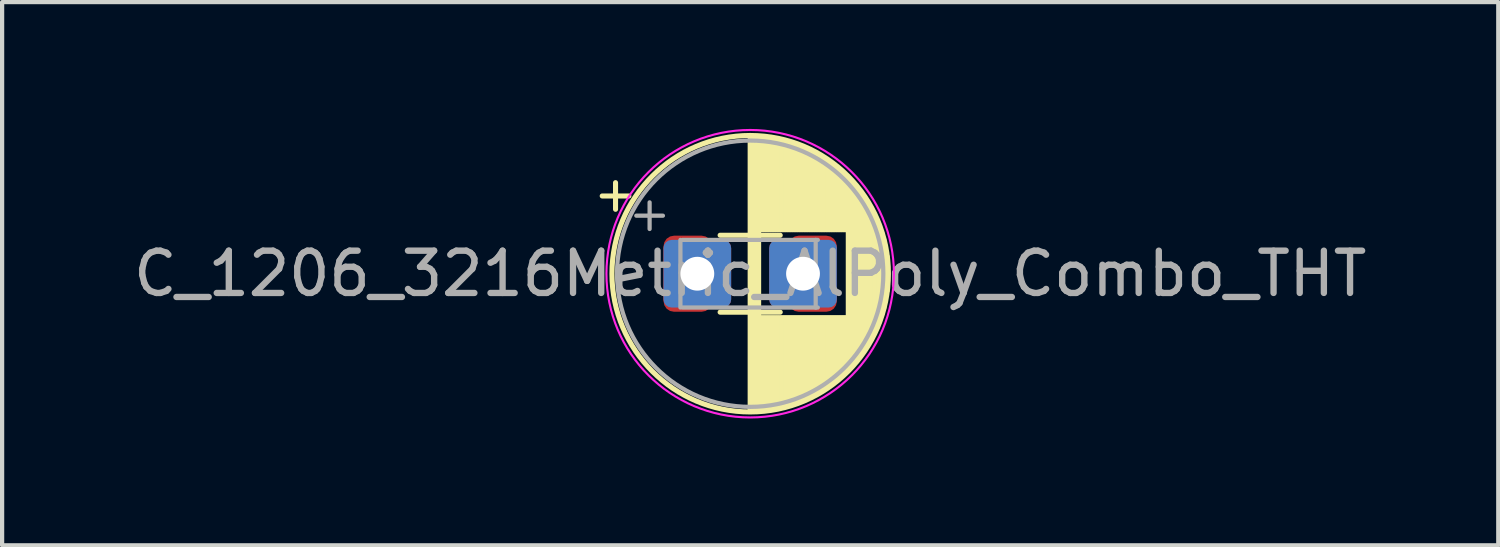
<source format=kicad_pcb>
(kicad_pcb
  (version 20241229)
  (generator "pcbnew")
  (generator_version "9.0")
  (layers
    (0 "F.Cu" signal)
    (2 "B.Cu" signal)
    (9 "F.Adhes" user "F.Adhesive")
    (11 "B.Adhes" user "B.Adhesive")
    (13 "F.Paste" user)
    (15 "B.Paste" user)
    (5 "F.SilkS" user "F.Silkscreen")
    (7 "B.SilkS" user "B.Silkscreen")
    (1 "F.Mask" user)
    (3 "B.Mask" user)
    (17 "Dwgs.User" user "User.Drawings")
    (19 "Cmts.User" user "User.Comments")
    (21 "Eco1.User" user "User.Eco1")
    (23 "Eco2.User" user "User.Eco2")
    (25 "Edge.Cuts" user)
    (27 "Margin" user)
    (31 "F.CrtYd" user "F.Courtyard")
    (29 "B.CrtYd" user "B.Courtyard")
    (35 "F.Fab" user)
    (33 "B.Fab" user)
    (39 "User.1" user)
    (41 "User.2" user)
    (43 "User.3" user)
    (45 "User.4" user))
  (footprint "C_1206_3216Metric_AlPoly_Combo_THT"
    (layer "F.Cu")
    (at 14.696 3.425)
    (property "Reference" "C_1206_3216Metric_AlPoly_Combo_THT" (at 0 0 0) (layer "F.Fab") (effects (font (size 1 1) (thickness 0.15))))
    (attr smd)
    (fp_line (start -3.5 -1.839) (end -2.87 -1.839) (stroke (width 0.12) (type solid)) (layer "F.SilkS"))
    (fp_line (start -3.185 -2.154) (end -3.185 -1.524) (stroke (width 0.12) (type solid)) (layer "F.SilkS"))
    (fp_line (start -0.711 -0.91) (end 0.711 -0.91) (stroke (width 0.12) (type solid)) (layer "F.SilkS"))
    (fp_line (start -0.711 0.91) (end 0.711 0.91) (stroke (width 0.12) (type solid)) (layer "F.SilkS"))
    (fp_line (start 0 -3.23) (end 0 3.23) (stroke (width 0.12) (type solid)) (layer "F.SilkS"))
    (fp_line (start 0.04 -3.23) (end 0.04 3.23) (stroke (width 0.12) (type solid)) (layer "F.SilkS"))
    (fp_line (start 0.08 -3.23) (end 0.08 3.23) (stroke (width 0.12) (type solid)) (layer "F.SilkS"))
    (fp_line (start 0.12 -3.228) (end 0.12 3.228) (stroke (width 0.12) (type solid)) (layer "F.SilkS"))
    (fp_line (start 0.16 -3.227) (end 0.16 3.227) (stroke (width 0.12) (type solid)) (layer "F.SilkS"))
    (fp_line (start 0.2 -3.224) (end 0.2 3.224) (stroke (width 0.12) (type solid)) (layer "F.SilkS"))
    (fp_line (start 0.24 -3.222) (end 0.24 -1.04) (stroke (width 0.12) (type solid)) (layer "F.SilkS"))
    (fp_line (start 0.24 1.04) (end 0.24 3.222) (stroke (width 0.12) (type solid)) (layer "F.SilkS"))
    (fp_line (start 0.28 -3.218) (end 0.28 -1.04) (stroke (width 0.12) (type solid)) (layer "F.SilkS"))
    (fp_line (start 0.28 1.04) (end 0.28 3.218) (stroke (width 0.12) (type solid)) (layer "F.SilkS"))
    (fp_line (start 0.32 -3.215) (end 0.32 -1.04) (stroke (width 0.12) (type solid)) (layer "F.SilkS"))
    (fp_line (start 0.32 1.04) (end 0.32 3.215) (stroke (width 0.12) (type solid)) (layer "F.SilkS"))
    (fp_line (start 0.36 -3.211) (end 0.36 -1.04) (stroke (width 0.12) (type solid)) (layer "F.SilkS"))
    (fp_line (start 0.36 1.04) (end 0.36 3.211) (stroke (width 0.12) (type solid)) (layer "F.SilkS"))
    (fp_line (start 0.4 -3.206) (end 0.4 -1.04) (stroke (width 0.12) (type solid)) (layer "F.SilkS"))
    (fp_line (start 0.4 1.04) (end 0.4 3.206) (stroke (width 0.12) (type solid)) (layer "F.SilkS"))
    (fp_line (start 0.44 -3.201) (end 0.44 -1.04) (stroke (width 0.12) (type solid)) (layer "F.SilkS"))
    (fp_line (start 0.44 1.04) (end 0.44 3.201) (stroke (width 0.12) (type solid)) (layer "F.SilkS"))
    (fp_line (start 0.48 -3.195) (end 0.48 -1.04) (stroke (width 0.12) (type solid)) (layer "F.SilkS"))
    (fp_line (start 0.48 1.04) (end 0.48 3.195) (stroke (width 0.12) (type solid)) (layer "F.SilkS"))
    (fp_line (start 0.52 -3.189) (end 0.52 -1.04) (stroke (width 0.12) (type solid)) (layer "F.SilkS"))
    (fp_line (start 0.52 1.04) (end 0.52 3.189) (stroke (width 0.12) (type solid)) (layer "F.SilkS"))
    (fp_line (start 0.56 -3.182) (end 0.56 -1.04) (stroke (width 0.12) (type solid)) (layer "F.SilkS"))
    (fp_line (start 0.56 1.04) (end 0.56 3.182) (stroke (width 0.12) (type solid)) (layer "F.SilkS"))
    (fp_line (start 0.6 -3.175) (end 0.6 -1.04) (stroke (width 0.12) (type solid)) (layer "F.SilkS"))
    (fp_line (start 0.6 1.04) (end 0.6 3.175) (stroke (width 0.12) (type solid)) (layer "F.SilkS"))
    (fp_line (start 0.64 -3.167) (end 0.64 -1.04) (stroke (width 0.12) (type solid)) (layer "F.SilkS"))
    (fp_line (start 0.64 1.04) (end 0.64 3.167) (stroke (width 0.12) (type solid)) (layer "F.SilkS"))
    (fp_line (start 0.68 -3.159) (end 0.68 -1.04) (stroke (width 0.12) (type solid)) (layer "F.SilkS"))
    (fp_line (start 0.68 1.04) (end 0.68 3.159) (stroke (width 0.12) (type solid)) (layer "F.SilkS"))
    (fp_line (start 0.721 -3.15) (end 0.721 -1.04) (stroke (width 0.12) (type solid)) (layer "F.SilkS"))
    (fp_line (start 0.721 1.04) (end 0.721 3.15) (stroke (width 0.12) (type solid)) (layer "F.SilkS"))
    (fp_line (start 0.761 -3.141) (end 0.761 -1.04) (stroke (width 0.12) (type solid)) (layer "F.SilkS"))
    (fp_line (start 0.761 1.04) (end 0.761 3.141) (stroke (width 0.12) (type solid)) (layer "F.SilkS"))
    (fp_line (start 0.801 -3.131) (end 0.801 -1.04) (stroke (width 0.12) (type solid)) (layer "F.SilkS"))
    (fp_line (start 0.801 1.04) (end 0.801 3.131) (stroke (width 0.12) (type solid)) (layer "F.SilkS"))
    (fp_line (start 0.841 -3.121) (end 0.841 -1.04) (stroke (width 0.12) (type solid)) (layer "F.SilkS"))
    (fp_line (start 0.841 1.04) (end 0.841 3.121) (stroke (width 0.12) (type solid)) (layer "F.SilkS"))
    (fp_line (start 0.881 -3.11) (end 0.881 -1.04) (stroke (width 0.12) (type solid)) (layer "F.SilkS"))
    (fp_line (start 0.881 1.04) (end 0.881 3.11) (stroke (width 0.12) (type solid)) (layer "F.SilkS"))
    (fp_line (start 0.921 -3.098) (end 0.921 -1.04) (stroke (width 0.12) (type solid)) (layer "F.SilkS"))
    (fp_line (start 0.921 1.04) (end 0.921 3.098) (stroke (width 0.12) (type solid)) (layer "F.SilkS"))
    (fp_line (start 0.961 -3.086) (end 0.961 -1.04) (stroke (width 0.12) (type solid)) (layer "F.SilkS"))
    (fp_line (start 0.961 1.04) (end 0.961 3.086) (stroke (width 0.12) (type solid)) (layer "F.SilkS"))
    (fp_line (start 1.001 -3.074) (end 1.001 -1.04) (stroke (width 0.12) (type solid)) (layer "F.SilkS"))
    (fp_line (start 1.001 1.04) (end 1.001 3.074) (stroke (width 0.12) (type solid)) (layer "F.SilkS"))
    (fp_line (start 1.041 -3.061) (end 1.041 -1.04) (stroke (width 0.12) (type solid)) (layer "F.SilkS"))
    (fp_line (start 1.041 1.04) (end 1.041 3.061) (stroke (width 0.12) (type solid)) (layer "F.SilkS"))
    (fp_line (start 1.081 -3.047) (end 1.081 -1.04) (stroke (width 0.12) (type solid)) (layer "F.SilkS"))
    (fp_line (start 1.081 1.04) (end 1.081 3.047) (stroke (width 0.12) (type solid)) (layer "F.SilkS"))
    (fp_line (start 1.121 -3.033) (end 1.121 -1.04) (stroke (width 0.12) (type solid)) (layer "F.SilkS"))
    (fp_line (start 1.121 1.04) (end 1.121 3.033) (stroke (width 0.12) (type solid)) (layer "F.SilkS"))
    (fp_line (start 1.161 -3.018) (end 1.161 -1.04) (stroke (width 0.12) (type solid)) (layer "F.SilkS"))
    (fp_line (start 1.161 1.04) (end 1.161 3.018) (stroke (width 0.12) (type solid)) (layer "F.SilkS"))
    (fp_line (start 1.201 -3.002) (end 1.201 -1.04) (stroke (width 0.12) (type solid)) (layer "F.SilkS"))
    (fp_line (start 1.201 1.04) (end 1.201 3.002) (stroke (width 0.12) (type solid)) (layer "F.SilkS"))
    (fp_line (start 1.241 -2.986) (end 1.241 -1.04) (stroke (width 0.12) (type solid)) (layer "F.SilkS"))
    (fp_line (start 1.241 1.04) (end 1.241 2.986) (stroke (width 0.12) (type solid)) (layer "F.SilkS"))
    (fp_line (start 1.281 -2.97) (end 1.281 -1.04) (stroke (width 0.12) (type solid)) (layer "F.SilkS"))
    (fp_line (start 1.281 1.04) (end 1.281 2.97) (stroke (width 0.12) (type solid)) (layer "F.SilkS"))
    (fp_line (start 1.321 -2.952) (end 1.321 -1.04) (stroke (width 0.12) (type solid)) (layer "F.SilkS"))
    (fp_line (start 1.321 1.04) (end 1.321 2.952) (stroke (width 0.12) (type solid)) (layer "F.SilkS"))
    (fp_line (start 1.361 -2.934) (end 1.361 -1.04) (stroke (width 0.12) (type solid)) (layer "F.SilkS"))
    (fp_line (start 1.361 1.04) (end 1.361 2.934) (stroke (width 0.12) (type solid)) (layer "F.SilkS"))
    (fp_line (start 1.401 -2.916) (end 1.401 -1.04) (stroke (width 0.12) (type solid)) (layer "F.SilkS"))
    (fp_line (start 1.401 1.04) (end 1.401 2.916) (stroke (width 0.12) (type solid)) (layer "F.SilkS"))
    (fp_line (start 1.441 -2.896) (end 1.441 -1.04) (stroke (width 0.12) (type solid)) (layer "F.SilkS"))
    (fp_line (start 1.441 1.04) (end 1.441 2.896) (stroke (width 0.12) (type solid)) (layer "F.SilkS"))
    (fp_line (start 1.481 -2.876) (end 1.481 -1.04) (stroke (width 0.12) (type solid)) (layer "F.SilkS"))
    (fp_line (start 1.481 1.04) (end 1.481 2.876) (stroke (width 0.12) (type solid)) (layer "F.SilkS"))
    (fp_line (start 1.521 -2.856) (end 1.521 -1.04) (stroke (width 0.12) (type solid)) (layer "F.SilkS"))
    (fp_line (start 1.521 1.04) (end 1.521 2.856) (stroke (width 0.12) (type solid)) (layer "F.SilkS"))
    (fp_line (start 1.561 -2.834) (end 1.561 -1.04) (stroke (width 0.12) (type solid)) (layer "F.SilkS"))
    (fp_line (start 1.561 1.04) (end 1.561 2.834) (stroke (width 0.12) (type solid)) (layer "F.SilkS"))
    (fp_line (start 1.601 -2.812) (end 1.601 -1.04) (stroke (width 0.12) (type solid)) (layer "F.SilkS"))
    (fp_line (start 1.601 1.04) (end 1.601 2.812) (stroke (width 0.12) (type solid)) (layer "F.SilkS"))
    (fp_line (start 1.641 -2.79) (end 1.641 -1.04) (stroke (width 0.12) (type solid)) (layer "F.SilkS"))
    (fp_line (start 1.641 1.04) (end 1.641 2.79) (stroke (width 0.12) (type solid)) (layer "F.SilkS"))
    (fp_line (start 1.681 -2.766) (end 1.681 -1.04) (stroke (width 0.12) (type solid)) (layer "F.SilkS"))
    (fp_line (start 1.681 1.04) (end 1.681 2.766) (stroke (width 0.12) (type solid)) (layer "F.SilkS"))
    (fp_line (start 1.721 -2.742) (end 1.721 -1.04) (stroke (width 0.12) (type solid)) (layer "F.SilkS"))
    (fp_line (start 1.721 1.04) (end 1.721 2.742) (stroke (width 0.12) (type solid)) (layer "F.SilkS"))
    (fp_line (start 1.761 -2.716) (end 1.761 -1.04) (stroke (width 0.12) (type solid)) (layer "F.SilkS"))
    (fp_line (start 1.761 1.04) (end 1.761 2.716) (stroke (width 0.12) (type solid)) (layer "F.SilkS"))
    (fp_line (start 1.801 -2.69) (end 1.801 -1.04) (stroke (width 0.12) (type solid)) (layer "F.SilkS"))
    (fp_line (start 1.801 1.04) (end 1.801 2.69) (stroke (width 0.12) (type solid)) (layer "F.SilkS"))
    (fp_line (start 1.841 -2.664) (end 1.841 -1.04) (stroke (width 0.12) (type solid)) (layer "F.SilkS"))
    (fp_line (start 1.841 1.04) (end 1.841 2.664) (stroke (width 0.12) (type solid)) (layer "F.SilkS"))
    (fp_line (start 1.881 -2.636) (end 1.881 -1.04) (stroke (width 0.12) (type solid)) (layer "F.SilkS"))
    (fp_line (start 1.881 1.04) (end 1.881 2.636) (stroke (width 0.12) (type solid)) (layer "F.SilkS"))
    (fp_line (start 1.921 -2.607) (end 1.921 -1.04) (stroke (width 0.12) (type solid)) (layer "F.SilkS"))
    (fp_line (start 1.921 1.04) (end 1.921 2.607) (stroke (width 0.12) (type solid)) (layer "F.SilkS"))
    (fp_line (start 1.961 -2.578) (end 1.961 -1.04) (stroke (width 0.12) (type solid)) (layer "F.SilkS"))
    (fp_line (start 1.961 1.04) (end 1.961 2.578) (stroke (width 0.12) (type solid)) (layer "F.SilkS"))
    (fp_line (start 2.001 -2.548) (end 2.001 -1.04) (stroke (width 0.12) (type solid)) (layer "F.SilkS"))
    (fp_line (start 2.001 1.04) (end 2.001 2.548) (stroke (width 0.12) (type solid)) (layer "F.SilkS"))
    (fp_line (start 2.041 -2.516) (end 2.041 -1.04) (stroke (width 0.12) (type solid)) (layer "F.SilkS"))
    (fp_line (start 2.041 1.04) (end 2.041 2.516) (stroke (width 0.12) (type solid)) (layer "F.SilkS"))
    (fp_line (start 2.081 -2.484) (end 2.081 -1.04) (stroke (width 0.12) (type solid)) (layer "F.SilkS"))
    (fp_line (start 2.081 1.04) (end 2.081 2.484) (stroke (width 0.12) (type solid)) (layer "F.SilkS"))
    (fp_line (start 2.121 -2.45) (end 2.121 -1.04) (stroke (width 0.12) (type solid)) (layer "F.SilkS"))
    (fp_line (start 2.121 1.04) (end 2.121 2.45) (stroke (width 0.12) (type solid)) (layer "F.SilkS"))
    (fp_line (start 2.161 -2.416) (end 2.161 -1.04) (stroke (width 0.12) (type solid)) (layer "F.SilkS"))
    (fp_line (start 2.161 1.04) (end 2.161 2.416) (stroke (width 0.12) (type solid)) (layer "F.SilkS"))
    (fp_line (start 2.201 -2.38) (end 2.201 -1.04) (stroke (width 0.12) (type solid)) (layer "F.SilkS"))
    (fp_line (start 2.201 1.04) (end 2.201 2.38) (stroke (width 0.12) (type solid)) (layer "F.SilkS"))
    (fp_line (start 2.241 -2.343) (end 2.241 -1.04) (stroke (width 0.12) (type solid)) (layer "F.SilkS"))
    (fp_line (start 2.241 1.04) (end 2.241 2.343) (stroke (width 0.12) (type solid)) (layer "F.SilkS"))
    (fp_line (start 2.281 -2.305) (end 2.281 -1.04) (stroke (width 0.12) (type solid)) (layer "F.SilkS"))
    (fp_line (start 2.281 1.04) (end 2.281 2.305) (stroke (width 0.12) (type solid)) (layer "F.SilkS"))
    (fp_line (start 2.321 -2.265) (end 2.321 2.265) (stroke (width 0.12) (type solid)) (layer "F.SilkS"))
    (fp_line (start 2.361 -2.224) (end 2.361 2.224) (stroke (width 0.12) (type solid)) (layer "F.SilkS"))
    (fp_line (start 2.401 -2.182) (end 2.401 2.182) (stroke (width 0.12) (type solid)) (layer "F.SilkS"))
    (fp_line (start 2.441 -2.137) (end 2.441 2.137) (stroke (width 0.12) (type solid)) (layer "F.SilkS"))
    (fp_line (start 2.481 -2.092) (end 2.481 2.092) (stroke (width 0.12) (type solid)) (layer "F.SilkS"))
    (fp_line (start 2.521 -2.044) (end 2.521 2.044) (stroke (width 0.12) (type solid)) (layer "F.SilkS"))
    (fp_line (start 2.561 -1.995) (end 2.561 1.995) (stroke (width 0.12) (type solid)) (layer "F.SilkS"))
    (fp_line (start 2.601 -1.944) (end 2.601 1.944) (stroke (width 0.12) (type solid)) (layer "F.SilkS"))
    (fp_line (start 2.641 -1.89) (end 2.641 1.89) (stroke (width 0.12) (type solid)) (layer "F.SilkS"))
    (fp_line (start 2.681 -1.834) (end 2.681 1.834) (stroke (width 0.12) (type solid)) (layer "F.SilkS"))
    (fp_line (start 2.721 -1.776) (end 2.721 1.776) (stroke (width 0.12) (type solid)) (layer "F.SilkS"))
    (fp_line (start 2.761 -1.714) (end 2.761 1.714) (stroke (width 0.12) (type solid)) (layer "F.SilkS"))
    (fp_line (start 2.801 -1.65) (end 2.801 1.65) (stroke (width 0.12) (type solid)) (layer "F.SilkS"))
    (fp_line (start 2.841 -1.581) (end 2.841 1.581) (stroke (width 0.12) (type solid)) (layer "F.SilkS"))
    (fp_line (start 2.881 -1.509) (end 2.881 1.509) (stroke (width 0.12) (type solid)) (layer "F.SilkS"))
    (fp_line (start 2.921 -1.432) (end 2.921 1.432) (stroke (width 0.12) (type solid)) (layer "F.SilkS"))
    (fp_line (start 2.961 -1.35) (end 2.961 1.35) (stroke (width 0.12) (type solid)) (layer "F.SilkS"))
    (fp_line (start 3.001 -1.262) (end 3.001 1.262) (stroke (width 0.12) (type solid)) (layer "F.SilkS"))
    (fp_line (start 3.041 -1.165) (end 3.041 1.165) (stroke (width 0.12) (type solid)) (layer "F.SilkS"))
    (fp_line (start 3.081 -1.059) (end 3.081 1.059) (stroke (width 0.12) (type solid)) (layer "F.SilkS"))
    (fp_line (start 3.121 -0.94) (end 3.121 0.94) (stroke (width 0.12) (type solid)) (layer "F.SilkS"))
    (fp_line (start 3.161 -0.802) (end 3.161 0.802) (stroke (width 0.12) (type solid)) (layer "F.SilkS"))
    (fp_line (start 3.201 -0.633) (end 3.201 0.633) (stroke (width 0.12) (type solid)) (layer "F.SilkS"))
    (fp_line (start 3.241 -0.402) (end 3.241 0.402) (stroke (width 0.12) (type solid)) (layer "F.SilkS"))
    (fp_circle (center 0 0) (end 3.27 0) (stroke (width 0.12) (type solid)) (fill no) (layer "F.SilkS"))
    (fp_circle (center 0 0) (end 3.4 0) (stroke (width 0.05) (type solid)) (fill no) (layer "F.CrtYd"))
    (fp_line (start -2.694 -1.373) (end -2.064 -1.373) (stroke (width 0.1) (type solid)) (layer "F.Fab"))
    (fp_line (start -2.379 -1.688) (end -2.379 -1.058) (stroke (width 0.1) (type solid)) (layer "F.Fab"))
    (fp_line (start -1.65 0.8) (end -1.65 -0.8) (stroke (width 0.1) (type solid)) (layer "F.Fab"))
    (fp_line (start -1.6 -0.8) (end 1.6 -0.8) (stroke (width 0.1) (type solid)) (layer "F.Fab"))
    (fp_line (start 1.55 -0.8) (end 1.55 0.8) (stroke (width 0.1) (type solid)) (layer "F.Fab"))
    (fp_line (start 1.6 0.8) (end -1.6 0.8) (stroke (width 0.1) (type solid)) (layer "F.Fab"))
    (fp_circle (center 0 0) (end 3.15 0) (stroke (width 0.1) (type solid)) (fill no) (layer "F.Fab"))
    (pad "1" smd roundrect (at -1.475 0) (size 1.15 1.8) (layers "F.Cu" "F.Mask" "F.Paste") (roundrect_rratio 0.217))
    (pad "1" thru_hole roundrect (at -1.25 0) (size 1.6 1.6) (drill 0.8) (layers "*.Cu" "*.Mask") (roundrect_rratio 0.12))
    (pad "2" thru_hole roundrect (at 1.25 0) (size 1.6 1.6) (drill 0.8) (layers "*.Cu" "*.Mask") (roundrect_rratio 0.12))
    (pad "2" smd roundrect (at 1.475 0) (size 1.15 1.8) (layers "F.Cu" "F.Mask" "F.Paste") (roundrect_rratio 0.217)))
  (gr_rect
    (start -3 -3)
    (end 32.393 9.85)
    (stroke (width 0.1) (type default))
    (fill no)
    (layer "Edge.Cuts")))
</source>
